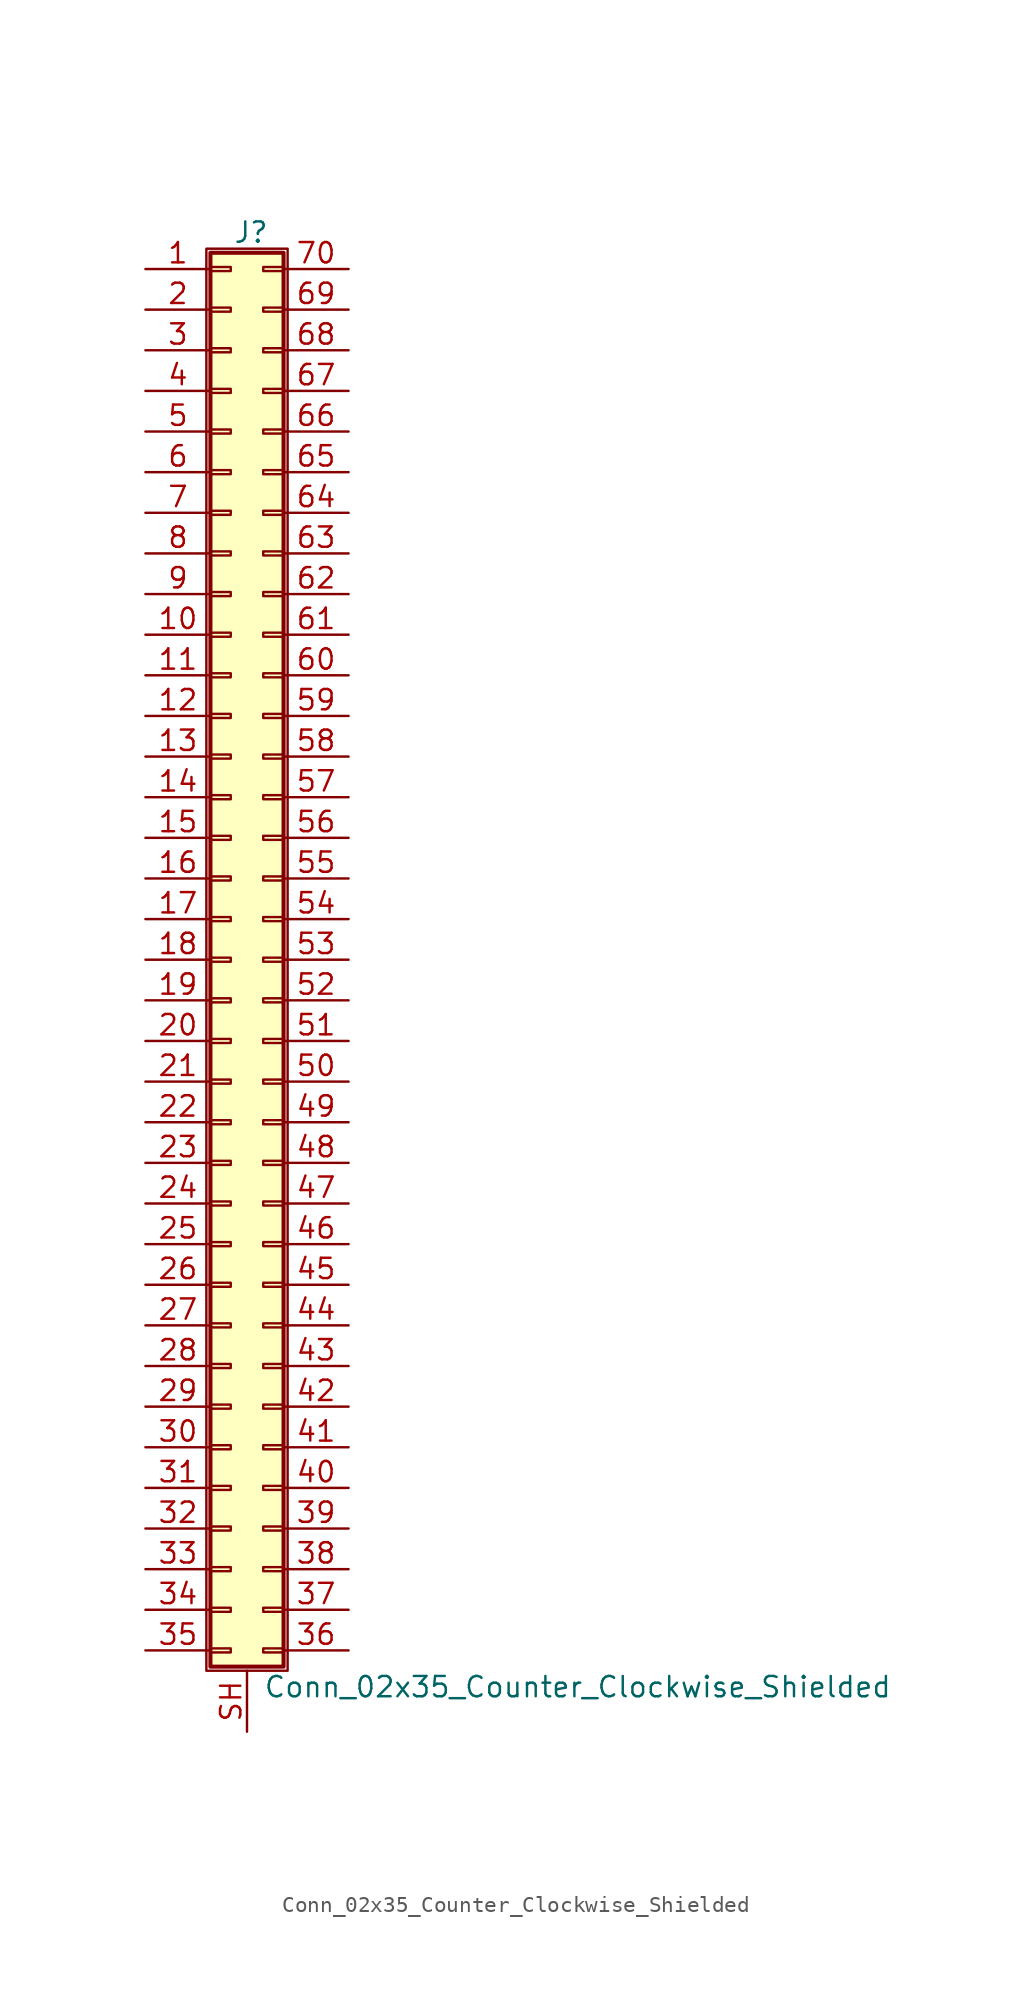
<source format=kicad_sym>
(kicad_symbol_lib
  (version 20201005)
  (generator kicad_symbol_editor)
  (symbol "Conn_02x35_Counter_Clockwise_Shielded"
    (pin_names
      (offset 1.016) hide)
    (property "Reference" "J"
      (at 1.524 45.466 0)
      (effects (font (size 1.27 1.27))))
    (property "Value" "Conn_02x35_Counter_Clockwise_Shielded"
      (at 2.286 -45.466 0)
      (effects (font (size 1.27 1.27)) (justify left)))
    (symbol "Conn_02x35_Counter_Clockwise_Shielded_1_1"
      (rectangle (start -1.27 44.45) (end 3.81 -44.45) (stroke (width 0.152)) (fill (type none)))
      (rectangle (start -1.016 -43.053) (end 0.254 -43.307) (stroke (width 0.152)) (fill (type none)))
      (rectangle (start -1.016 -40.513) (end 0.254 -40.767) (stroke (width 0.152)) (fill (type none)))
      (rectangle (start -1.016 -37.973) (end 0.254 -38.227) (stroke (width 0.152)) (fill (type none)))
      (rectangle (start -1.016 -35.433) (end 0.254 -35.687) (stroke (width 0.152)) (fill (type none)))
      (rectangle (start -1.016 -32.893) (end 0.254 -33.147) (stroke (width 0.152)) (fill (type none)))
      (rectangle (start -1.016 -30.353) (end 0.254 -30.607) (stroke (width 0.152)) (fill (type none)))
      (rectangle (start -1.016 -27.813) (end 0.254 -28.067) (stroke (width 0.152)) (fill (type none)))
      (rectangle (start -1.016 -25.273) (end 0.254 -25.527) (stroke (width 0.152)) (fill (type none)))
      (rectangle (start -1.016 -22.733) (end 0.254 -22.987) (stroke (width 0.152)) (fill (type none)))
      (rectangle (start -1.016 -20.193) (end 0.254 -20.447) (stroke (width 0.152)) (fill (type none)))
      (rectangle (start -1.016 -17.653) (end 0.254 -17.907) (stroke (width 0.152)) (fill (type none)))
      (rectangle (start -1.016 -15.113) (end 0.254 -15.367) (stroke (width 0.152)) (fill (type none)))
      (rectangle (start -1.016 -12.573) (end 0.254 -12.827) (stroke (width 0.152)) (fill (type none)))
      (rectangle (start -1.016 -10.033) (end 0.254 -10.287) (stroke (width 0.152)) (fill (type none)))
      (rectangle (start -1.016 -7.493) (end 0.254 -7.747) (stroke (width 0.152)) (fill (type none)))
      (rectangle (start -1.016 -4.953) (end 0.254 -5.207) (stroke (width 0.152)) (fill (type none)))
      (rectangle (start -1.016 -2.413) (end 0.254 -2.667) (stroke (width 0.152)) (fill (type none)))
      (rectangle (start -1.016 0.127) (end 0.254 -0.127) (stroke (width 0.152)) (fill (type none)))
      (rectangle (start -1.016 2.667) (end 0.254 2.413) (stroke (width 0.152)) (fill (type none)))
      (rectangle (start -1.016 5.207) (end 0.254 4.953) (stroke (width 0.152)) (fill (type none)))
      (rectangle (start -1.016 7.747) (end 0.254 7.493) (stroke (width 0.152)) (fill (type none)))
      (rectangle (start -1.016 10.287) (end 0.254 10.033) (stroke (width 0.152)) (fill (type none)))
      (rectangle (start -1.016 12.827) (end 0.254 12.573) (stroke (width 0.152)) (fill (type none)))
      (rectangle (start -1.016 15.367) (end 0.254 15.113) (stroke (width 0.152)) (fill (type none)))
      (rectangle (start -1.016 17.907) (end 0.254 17.653) (stroke (width 0.152)) (fill (type none)))
      (rectangle (start -1.016 20.447) (end 0.254 20.193) (stroke (width 0.152)) (fill (type none)))
      (rectangle (start -1.016 22.987) (end 0.254 22.733) (stroke (width 0.152)) (fill (type none)))
      (rectangle (start -1.016 25.527) (end 0.254 25.273) (stroke (width 0.152)) (fill (type none)))
      (rectangle (start -1.016 28.067) (end 0.254 27.813) (stroke (width 0.152)) (fill (type none)))
      (rectangle (start -1.016 30.607) (end 0.254 30.353) (stroke (width 0.152)) (fill (type none)))
      (rectangle (start -1.016 33.147) (end 0.254 32.893) (stroke (width 0.152)) (fill (type none)))
      (rectangle (start -1.016 35.687) (end 0.254 35.433) (stroke (width 0.152)) (fill (type none)))
      (rectangle (start -1.016 38.227) (end 0.254 37.973) (stroke (width 0.152)) (fill (type none)))
      (rectangle (start -1.016 40.767) (end 0.254 40.513) (stroke (width 0.152)) (fill (type none)))
      (rectangle (start -1.016 43.307) (end 0.254 43.053) (stroke (width 0.152)) (fill (type none)))
      (rectangle (start -1.016 44.196) (end 3.556 -44.196) (stroke (width 0.254)) (fill (type background)))
      (rectangle (start 3.556 -43.053) (end 2.286 -43.307) (stroke (width 0.152)) (fill (type none)))
      (rectangle (start 3.556 -40.513) (end 2.286 -40.767) (stroke (width 0.152)) (fill (type none)))
      (rectangle (start 3.556 -37.973) (end 2.286 -38.227) (stroke (width 0.152)) (fill (type none)))
      (rectangle (start 3.556 -35.433) (end 2.286 -35.687) (stroke (width 0.152)) (fill (type none)))
      (rectangle (start 3.556 -32.893) (end 2.286 -33.147) (stroke (width 0.152)) (fill (type none)))
      (rectangle (start 3.556 -30.353) (end 2.286 -30.607) (stroke (width 0.152)) (fill (type none)))
      (rectangle (start 3.556 -27.813) (end 2.286 -28.067) (stroke (width 0.152)) (fill (type none)))
      (rectangle (start 3.556 -25.273) (end 2.286 -25.527) (stroke (width 0.152)) (fill (type none)))
      (rectangle (start 3.556 -22.733) (end 2.286 -22.987) (stroke (width 0.152)) (fill (type none)))
      (rectangle (start 3.556 -20.193) (end 2.286 -20.447) (stroke (width 0.152)) (fill (type none)))
      (rectangle (start 3.556 -17.653) (end 2.286 -17.907) (stroke (width 0.152)) (fill (type none)))
      (rectangle (start 3.556 -15.113) (end 2.286 -15.367) (stroke (width 0.152)) (fill (type none)))
      (rectangle (start 3.556 -12.573) (end 2.286 -12.827) (stroke (width 0.152)) (fill (type none)))
      (rectangle (start 3.556 -10.033) (end 2.286 -10.287) (stroke (width 0.152)) (fill (type none)))
      (rectangle (start 3.556 -7.493) (end 2.286 -7.747) (stroke (width 0.152)) (fill (type none)))
      (rectangle (start 3.556 -4.953) (end 2.286 -5.207) (stroke (width 0.152)) (fill (type none)))
      (rectangle (start 3.556 -2.413) (end 2.286 -2.667) (stroke (width 0.152)) (fill (type none)))
      (rectangle (start 3.556 0.127) (end 2.286 -0.127) (stroke (width 0.152)) (fill (type none)))
      (rectangle (start 3.556 2.667) (end 2.286 2.413) (stroke (width 0.152)) (fill (type none)))
      (rectangle (start 3.556 5.207) (end 2.286 4.953) (stroke (width 0.152)) (fill (type none)))
      (rectangle (start 3.556 7.747) (end 2.286 7.493) (stroke (width 0.152)) (fill (type none)))
      (rectangle (start 3.556 10.287) (end 2.286 10.033) (stroke (width 0.152)) (fill (type none)))
      (rectangle (start 3.556 12.827) (end 2.286 12.573) (stroke (width 0.152)) (fill (type none)))
      (rectangle (start 3.556 15.367) (end 2.286 15.113) (stroke (width 0.152)) (fill (type none)))
      (rectangle (start 3.556 17.907) (end 2.286 17.653) (stroke (width 0.152)) (fill (type none)))
      (rectangle (start 3.556 20.447) (end 2.286 20.193) (stroke (width 0.152)) (fill (type none)))
      (rectangle (start 3.556 22.987) (end 2.286 22.733) (stroke (width 0.152)) (fill (type none)))
      (rectangle (start 3.556 25.527) (end 2.286 25.273) (stroke (width 0.152)) (fill (type none)))
      (rectangle (start 3.556 28.067) (end 2.286 27.813) (stroke (width 0.152)) (fill (type none)))
      (rectangle (start 3.556 30.607) (end 2.286 30.353) (stroke (width 0.152)) (fill (type none)))
      (rectangle (start 3.556 33.147) (end 2.286 32.893) (stroke (width 0.152)) (fill (type none)))
      (rectangle (start 3.556 35.687) (end 2.286 35.433) (stroke (width 0.152)) (fill (type none)))
      (rectangle (start 3.556 38.227) (end 2.286 37.973) (stroke (width 0.152)) (fill (type none)))
      (rectangle (start 3.556 40.767) (end 2.286 40.513) (stroke (width 0.152)) (fill (type none)))
      (rectangle (start 3.556 43.307) (end 2.286 43.053) (stroke (width 0.152)) (fill (type none)))
      (pin passive line (at -5.08 43.18 0) (length 4.064) (name "Pin_1" (effects (font (size 1.27 1.27)))) (number "1" (effects (font (size 1.27 1.27)))))
      (pin passive line (at -5.08 20.32 0) (length 4.064) (name "Pin_10" (effects (font (size 1.27 1.27)))) (number "10" (effects (font (size 1.27 1.27)))))
      (pin passive line (at -5.08 17.78 0) (length 4.064) (name "Pin_11" (effects (font (size 1.27 1.27)))) (number "11" (effects (font (size 1.27 1.27)))))
      (pin passive line (at -5.08 15.24 0) (length 4.064) (name "Pin_12" (effects (font (size 1.27 1.27)))) (number "12" (effects (font (size 1.27 1.27)))))
      (pin passive line (at -5.08 12.7 0) (length 4.064) (name "Pin_13" (effects (font (size 1.27 1.27)))) (number "13" (effects (font (size 1.27 1.27)))))
      (pin passive line (at -5.08 10.16 0) (length 4.064) (name "Pin_14" (effects (font (size 1.27 1.27)))) (number "14" (effects (font (size 1.27 1.27)))))
      (pin passive line (at -5.08 7.62 0) (length 4.064) (name "Pin_15" (effects (font (size 1.27 1.27)))) (number "15" (effects (font (size 1.27 1.27)))))
      (pin passive line (at -5.08 5.08 0) (length 4.064) (name "Pin_16" (effects (font (size 1.27 1.27)))) (number "16" (effects (font (size 1.27 1.27)))))
      (pin passive line (at -5.08 2.54 0) (length 4.064) (name "Pin_17" (effects (font (size 1.27 1.27)))) (number "17" (effects (font (size 1.27 1.27)))))
      (pin passive line (at -5.08 0 0) (length 4.064) (name "Pin_18" (effects (font (size 1.27 1.27)))) (number "18" (effects (font (size 1.27 1.27)))))
      (pin passive line (at -5.08 -2.54 0) (length 4.064) (name "Pin_19" (effects (font (size 1.27 1.27)))) (number "19" (effects (font (size 1.27 1.27)))))
      (pin passive line (at -5.08 40.64 0) (length 4.064) (name "Pin_2" (effects (font (size 1.27 1.27)))) (number "2" (effects (font (size 1.27 1.27)))))
      (pin passive line (at -5.08 -5.08 0) (length 4.064) (name "Pin_20" (effects (font (size 1.27 1.27)))) (number "20" (effects (font (size 1.27 1.27)))))
      (pin passive line (at -5.08 -7.62 0) (length 4.064) (name "Pin_21" (effects (font (size 1.27 1.27)))) (number "21" (effects (font (size 1.27 1.27)))))
      (pin passive line (at -5.08 -10.16 0) (length 4.064) (name "Pin_22" (effects (font (size 1.27 1.27)))) (number "22" (effects (font (size 1.27 1.27)))))
      (pin passive line (at -5.08 -12.7 0) (length 4.064) (name "Pin_23" (effects (font (size 1.27 1.27)))) (number "23" (effects (font (size 1.27 1.27)))))
      (pin passive line (at -5.08 -15.24 0) (length 4.064) (name "Pin_24" (effects (font (size 1.27 1.27)))) (number "24" (effects (font (size 1.27 1.27)))))
      (pin passive line (at -5.08 -17.78 0) (length 4.064) (name "Pin_25" (effects (font (size 1.27 1.27)))) (number "25" (effects (font (size 1.27 1.27)))))
      (pin passive line (at -5.08 -20.32 0) (length 4.064) (name "Pin_26" (effects (font (size 1.27 1.27)))) (number "26" (effects (font (size 1.27 1.27)))))
      (pin passive line (at -5.08 -22.86 0) (length 4.064) (name "Pin_27" (effects (font (size 1.27 1.27)))) (number "27" (effects (font (size 1.27 1.27)))))
      (pin passive line (at -5.08 -25.4 0) (length 4.064) (name "Pin_28" (effects (font (size 1.27 1.27)))) (number "28" (effects (font (size 1.27 1.27)))))
      (pin passive line (at -5.08 -27.94 0) (length 4.064) (name "Pin_29" (effects (font (size 1.27 1.27)))) (number "29" (effects (font (size 1.27 1.27)))))
      (pin passive line (at -5.08 38.1 0) (length 4.064) (name "Pin_3" (effects (font (size 1.27 1.27)))) (number "3" (effects (font (size 1.27 1.27)))))
      (pin passive line (at -5.08 -30.48 0) (length 4.064) (name "Pin_30" (effects (font (size 1.27 1.27)))) (number "30" (effects (font (size 1.27 1.27)))))
      (pin passive line (at -5.08 -33.02 0) (length 4.064) (name "Pin_31" (effects (font (size 1.27 1.27)))) (number "31" (effects (font (size 1.27 1.27)))))
      (pin passive line (at -5.08 -35.56 0) (length 4.064) (name "Pin_32" (effects (font (size 1.27 1.27)))) (number "32" (effects (font (size 1.27 1.27)))))
      (pin passive line (at -5.08 -38.1 0) (length 4.064) (name "Pin_33" (effects (font (size 1.27 1.27)))) (number "33" (effects (font (size 1.27 1.27)))))
      (pin passive line (at -5.08 -40.64 0) (length 4.064) (name "Pin_34" (effects (font (size 1.27 1.27)))) (number "34" (effects (font (size 1.27 1.27)))))
      (pin passive line (at -5.08 -43.18 0) (length 4.064) (name "Pin_35" (effects (font (size 1.27 1.27)))) (number "35" (effects (font (size 1.27 1.27)))))
      (pin passive line (at 7.62 -43.18 180) (length 4.064) (name "Pin_36" (effects (font (size 1.27 1.27)))) (number "36" (effects (font (size 1.27 1.27)))))
      (pin passive line (at 7.62 -40.64 180) (length 4.064) (name "Pin_37" (effects (font (size 1.27 1.27)))) (number "37" (effects (font (size 1.27 1.27)))))
      (pin passive line (at 7.62 -38.1 180) (length 4.064) (name "Pin_38" (effects (font (size 1.27 1.27)))) (number "38" (effects (font (size 1.27 1.27)))))
      (pin passive line (at 7.62 -35.56 180) (length 4.064) (name "Pin_39" (effects (font (size 1.27 1.27)))) (number "39" (effects (font (size 1.27 1.27)))))
      (pin passive line (at -5.08 35.56 0) (length 4.064) (name "Pin_4" (effects (font (size 1.27 1.27)))) (number "4" (effects (font (size 1.27 1.27)))))
      (pin passive line (at 7.62 -33.02 180) (length 4.064) (name "Pin_40" (effects (font (size 1.27 1.27)))) (number "40" (effects (font (size 1.27 1.27)))))
      (pin passive line (at 7.62 -30.48 180) (length 4.064) (name "Pin_41" (effects (font (size 1.27 1.27)))) (number "41" (effects (font (size 1.27 1.27)))))
      (pin passive line (at 7.62 -27.94 180) (length 4.064) (name "Pin_42" (effects (font (size 1.27 1.27)))) (number "42" (effects (font (size 1.27 1.27)))))
      (pin passive line (at 7.62 -25.4 180) (length 4.064) (name "Pin_43" (effects (font (size 1.27 1.27)))) (number "43" (effects (font (size 1.27 1.27)))))
      (pin passive line (at 7.62 -22.86 180) (length 4.064) (name "Pin_44" (effects (font (size 1.27 1.27)))) (number "44" (effects (font (size 1.27 1.27)))))
      (pin passive line (at 7.62 -20.32 180) (length 4.064) (name "Pin_45" (effects (font (size 1.27 1.27)))) (number "45" (effects (font (size 1.27 1.27)))))
      (pin passive line (at 7.62 -17.78 180) (length 4.064) (name "Pin_46" (effects (font (size 1.27 1.27)))) (number "46" (effects (font (size 1.27 1.27)))))
      (pin passive line (at 7.62 -15.24 180) (length 4.064) (name "Pin_47" (effects (font (size 1.27 1.27)))) (number "47" (effects (font (size 1.27 1.27)))))
      (pin passive line (at 7.62 -12.7 180) (length 4.064) (name "Pin_48" (effects (font (size 1.27 1.27)))) (number "48" (effects (font (size 1.27 1.27)))))
      (pin passive line (at 7.62 -10.16 180) (length 4.064) (name "Pin_49" (effects (font (size 1.27 1.27)))) (number "49" (effects (font (size 1.27 1.27)))))
      (pin passive line (at -5.08 33.02 0) (length 4.064) (name "Pin_5" (effects (font (size 1.27 1.27)))) (number "5" (effects (font (size 1.27 1.27)))))
      (pin passive line (at 7.62 -7.62 180) (length 4.064) (name "Pin_50" (effects (font (size 1.27 1.27)))) (number "50" (effects (font (size 1.27 1.27)))))
      (pin passive line (at 7.62 -5.08 180) (length 4.064) (name "Pin_51" (effects (font (size 1.27 1.27)))) (number "51" (effects (font (size 1.27 1.27)))))
      (pin passive line (at 7.62 -2.54 180) (length 4.064) (name "Pin_52" (effects (font (size 1.27 1.27)))) (number "52" (effects (font (size 1.27 1.27)))))
      (pin passive line (at 7.62 0 180) (length 4.064) (name "Pin_53" (effects (font (size 1.27 1.27)))) (number "53" (effects (font (size 1.27 1.27)))))
      (pin passive line (at 7.62 2.54 180) (length 4.064) (name "Pin_54" (effects (font (size 1.27 1.27)))) (number "54" (effects (font (size 1.27 1.27)))))
      (pin passive line (at 7.62 5.08 180) (length 4.064) (name "Pin_55" (effects (font (size 1.27 1.27)))) (number "55" (effects (font (size 1.27 1.27)))))
      (pin passive line (at 7.62 7.62 180) (length 4.064) (name "Pin_56" (effects (font (size 1.27 1.27)))) (number "56" (effects (font (size 1.27 1.27)))))
      (pin passive line (at 7.62 10.16 180) (length 4.064) (name "Pin_57" (effects (font (size 1.27 1.27)))) (number "57" (effects (font (size 1.27 1.27)))))
      (pin passive line (at 7.62 12.7 180) (length 4.064) (name "Pin_58" (effects (font (size 1.27 1.27)))) (number "58" (effects (font (size 1.27 1.27)))))
      (pin passive line (at 7.62 15.24 180) (length 4.064) (name "Pin_59" (effects (font (size 1.27 1.27)))) (number "59" (effects (font (size 1.27 1.27)))))
      (pin passive line (at -5.08 30.48 0) (length 4.064) (name "Pin_6" (effects (font (size 1.27 1.27)))) (number "6" (effects (font (size 1.27 1.27)))))
      (pin passive line (at 7.62 17.78 180) (length 4.064) (name "Pin_60" (effects (font (size 1.27 1.27)))) (number "60" (effects (font (size 1.27 1.27)))))
      (pin passive line (at 7.62 20.32 180) (length 4.064) (name "Pin_61" (effects (font (size 1.27 1.27)))) (number "61" (effects (font (size 1.27 1.27)))))
      (pin passive line (at 7.62 22.86 180) (length 4.064) (name "Pin_62" (effects (font (size 1.27 1.27)))) (number "62" (effects (font (size 1.27 1.27)))))
      (pin passive line (at 7.62 25.4 180) (length 4.064) (name "Pin_63" (effects (font (size 1.27 1.27)))) (number "63" (effects (font (size 1.27 1.27)))))
      (pin passive line (at 7.62 27.94 180) (length 4.064) (name "Pin_64" (effects (font (size 1.27 1.27)))) (number "64" (effects (font (size 1.27 1.27)))))
      (pin passive line (at 7.62 30.48 180) (length 4.064) (name "Pin_65" (effects (font (size 1.27 1.27)))) (number "65" (effects (font (size 1.27 1.27)))))
      (pin passive line (at 7.62 33.02 180) (length 4.064) (name "Pin_66" (effects (font (size 1.27 1.27)))) (number "66" (effects (font (size 1.27 1.27)))))
      (pin passive line (at 7.62 35.56 180) (length 4.064) (name "Pin_67" (effects (font (size 1.27 1.27)))) (number "67" (effects (font (size 1.27 1.27)))))
      (pin passive line (at 7.62 38.1 180) (length 4.064) (name "Pin_68" (effects (font (size 1.27 1.27)))) (number "68" (effects (font (size 1.27 1.27)))))
      (pin passive line (at 7.62 40.64 180) (length 4.064) (name "Pin_69" (effects (font (size 1.27 1.27)))) (number "69" (effects (font (size 1.27 1.27)))))
      (pin passive line (at -5.08 27.94 0) (length 4.064) (name "Pin_7" (effects (font (size 1.27 1.27)))) (number "7" (effects (font (size 1.27 1.27)))))
      (pin passive line (at 7.62 43.18 180) (length 4.064) (name "Pin_70" (effects (font (size 1.27 1.27)))) (number "70" (effects (font (size 1.27 1.27)))))
      (pin passive line (at -5.08 25.4 0) (length 4.064) (name "Pin_8" (effects (font (size 1.27 1.27)))) (number "8" (effects (font (size 1.27 1.27)))))
      (pin passive line (at -5.08 22.86 0) (length 4.064) (name "Pin_9" (effects (font (size 1.27 1.27)))) (number "9" (effects (font (size 1.27 1.27)))))
      (pin passive line (at 1.27 -48.26 90) (length 3.81) (name "Shield" (effects (font (size 1.27 1.27)))) (number "SH" (effects (font (size 1.27 1.27))))))))
</source>
